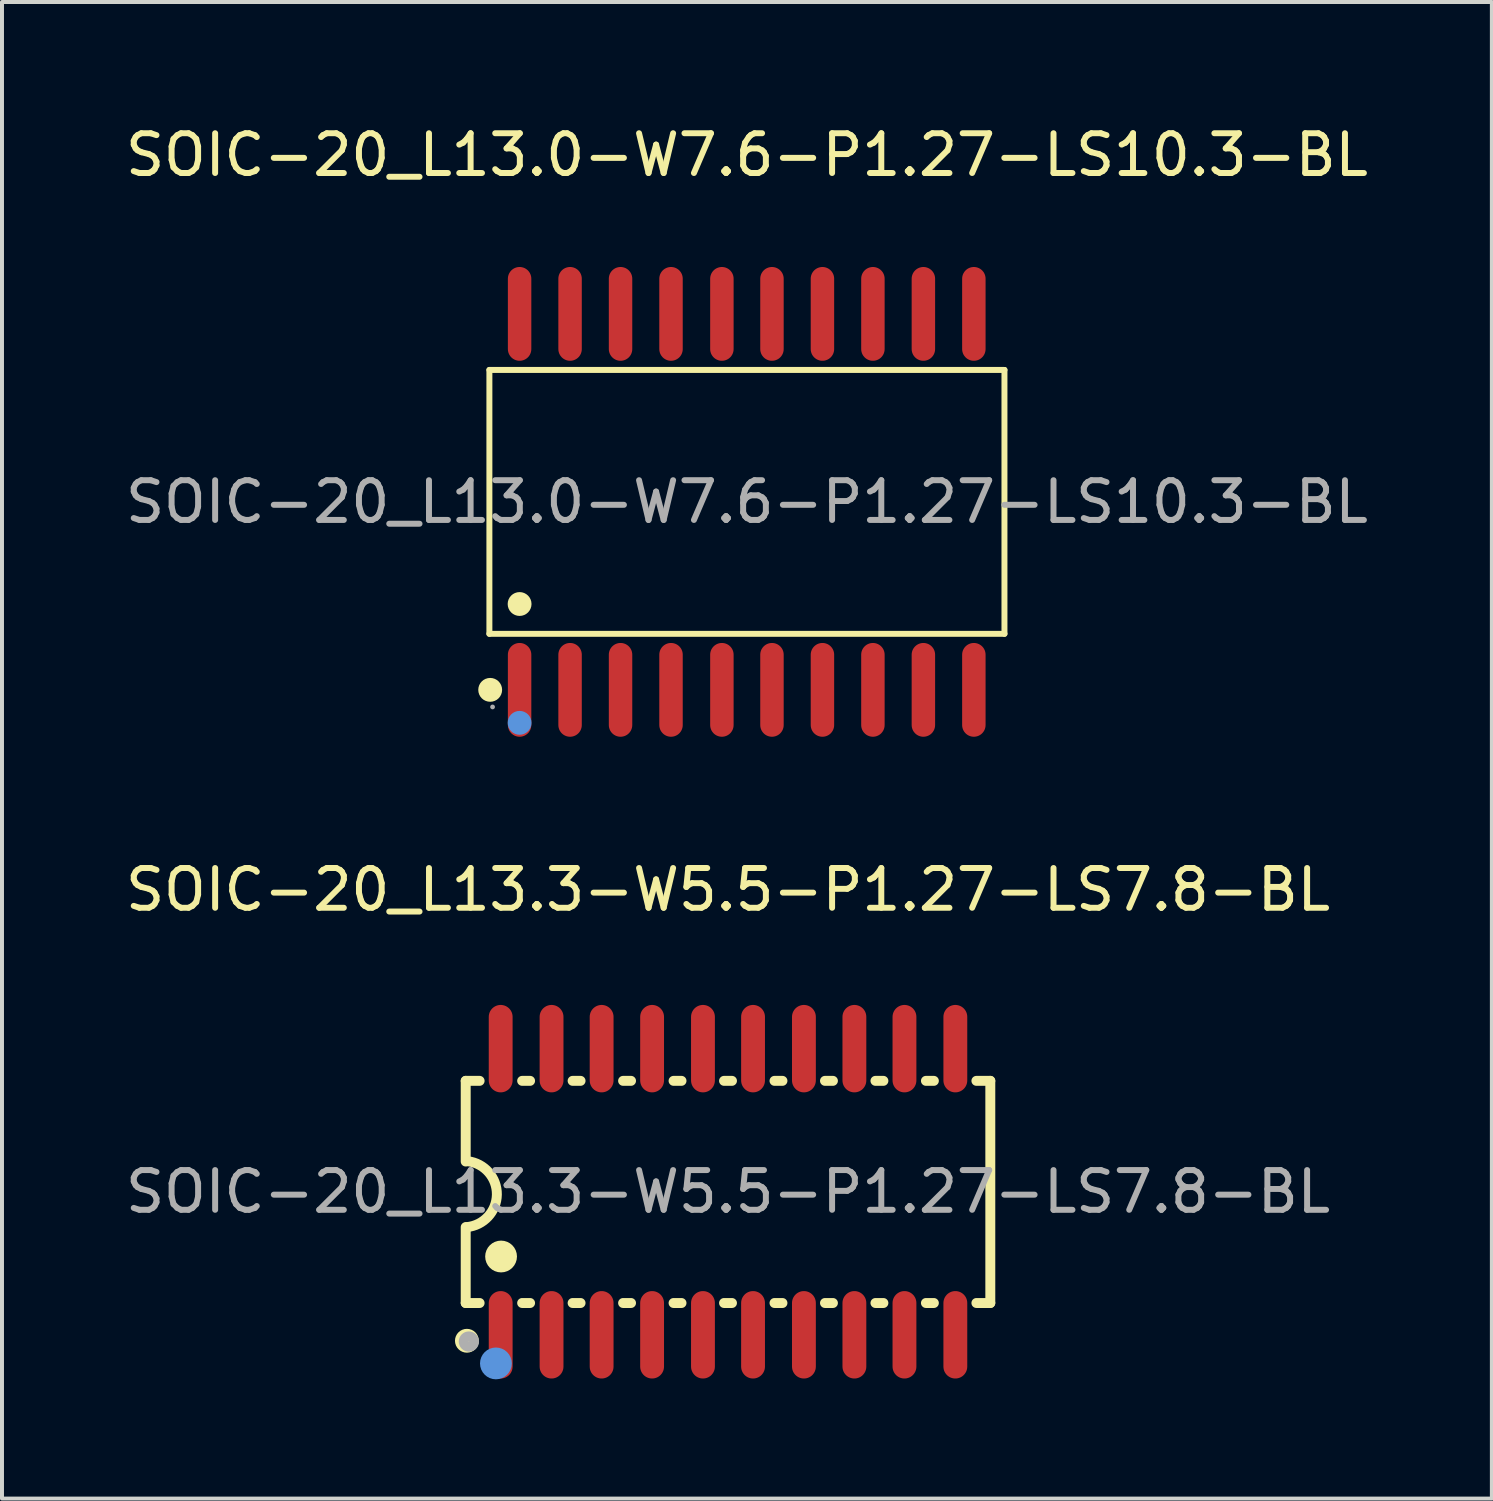
<source format=kicad_pcb>
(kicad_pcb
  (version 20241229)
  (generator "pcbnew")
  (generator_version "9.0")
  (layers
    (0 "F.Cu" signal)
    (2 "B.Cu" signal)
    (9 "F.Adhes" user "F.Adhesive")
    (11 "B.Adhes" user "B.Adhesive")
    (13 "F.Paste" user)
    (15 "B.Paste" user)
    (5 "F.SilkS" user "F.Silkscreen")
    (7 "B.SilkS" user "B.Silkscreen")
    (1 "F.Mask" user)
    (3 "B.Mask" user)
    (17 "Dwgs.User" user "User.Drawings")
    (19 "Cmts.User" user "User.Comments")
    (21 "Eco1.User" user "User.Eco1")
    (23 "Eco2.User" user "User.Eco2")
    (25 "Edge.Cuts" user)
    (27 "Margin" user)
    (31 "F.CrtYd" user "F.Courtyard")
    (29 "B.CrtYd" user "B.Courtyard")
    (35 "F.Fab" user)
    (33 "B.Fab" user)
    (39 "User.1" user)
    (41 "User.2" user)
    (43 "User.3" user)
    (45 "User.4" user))
  (footprint "SOIC-20_L13.3-W5.5-P1.27-LS7.8-BL"
    (layer "F.Cu")
    (at 15.268 26.936)
    (property "Reference" "SOIC-20_L13.3-W5.5-P1.27-LS7.8-BL" (at 0 -7.6 0) (layer "F.SilkS") (effects (font (size 1 1) (thickness 0.15))))
    (attr through_hole)
    (fp_line (start -6.6 -2.79) (end -6.25 -2.79) (stroke (width 0.25) (type solid)) (layer "F.SilkS"))
    (fp_line (start -6.6 -0.76) (end -6.6 -2.79) (stroke (width 0.25) (type solid)) (layer "F.SilkS"))
    (fp_line (start -6.6 2.8) (end -6.6 0.89) (stroke (width 0.25) (type solid)) (layer "F.SilkS"))
    (fp_line (start -6.25 2.8) (end -6.6 2.8) (stroke (width 0.25) (type solid)) (layer "F.SilkS"))
    (fp_line (start -5.18 -2.79) (end -4.98 -2.79) (stroke (width 0.25) (type solid)) (layer "F.SilkS"))
    (fp_line (start -4.98 2.8) (end -5.18 2.8) (stroke (width 0.25) (type solid)) (layer "F.SilkS"))
    (fp_line (start -3.91 -2.79) (end -3.71 -2.79) (stroke (width 0.25) (type solid)) (layer "F.SilkS"))
    (fp_line (start -3.71 2.8) (end -3.91 2.8) (stroke (width 0.25) (type solid)) (layer "F.SilkS"))
    (fp_line (start -2.64 -2.79) (end -2.44 -2.79) (stroke (width 0.25) (type solid)) (layer "F.SilkS"))
    (fp_line (start -2.44 2.8) (end -2.64 2.8) (stroke (width 0.25) (type solid)) (layer "F.SilkS"))
    (fp_line (start -1.37 -2.79) (end -1.17 -2.79) (stroke (width 0.25) (type solid)) (layer "F.SilkS"))
    (fp_line (start -1.17 2.8) (end -1.37 2.8) (stroke (width 0.25) (type solid)) (layer "F.SilkS"))
    (fp_line (start -0.1 -2.79) (end 0.1 -2.79) (stroke (width 0.25) (type solid)) (layer "F.SilkS"))
    (fp_line (start 0.1 2.8) (end -0.1 2.8) (stroke (width 0.25) (type solid)) (layer "F.SilkS"))
    (fp_line (start 1.17 -2.79) (end 1.37 -2.79) (stroke (width 0.25) (type solid)) (layer "F.SilkS"))
    (fp_line (start 1.37 2.8) (end 1.17 2.8) (stroke (width 0.25) (type solid)) (layer "F.SilkS"))
    (fp_line (start 2.44 -2.79) (end 2.64 -2.79) (stroke (width 0.25) (type solid)) (layer "F.SilkS"))
    (fp_line (start 2.64 2.8) (end 2.44 2.8) (stroke (width 0.25) (type solid)) (layer "F.SilkS"))
    (fp_line (start 3.71 -2.79) (end 3.91 -2.79) (stroke (width 0.25) (type solid)) (layer "F.SilkS"))
    (fp_line (start 3.91 2.8) (end 3.71 2.8) (stroke (width 0.25) (type solid)) (layer "F.SilkS"))
    (fp_line (start 4.98 -2.79) (end 5.18 -2.79) (stroke (width 0.25) (type solid)) (layer "F.SilkS"))
    (fp_line (start 5.18 2.8) (end 4.98 2.8) (stroke (width 0.25) (type solid)) (layer "F.SilkS"))
    (fp_line (start 6.25 -2.79) (end 6.6 -2.79) (stroke (width 0.25) (type solid)) (layer "F.SilkS"))
    (fp_line (start 6.6 -2.79) (end 6.6 2.8) (stroke (width 0.25) (type solid)) (layer "F.SilkS"))
    (fp_line (start 6.6 2.8) (end 6.25 2.8) (stroke (width 0.25) (type solid)) (layer "F.SilkS"))
    (fp_arc (start -6.57 3.75) (mid -6.57 3.75) (end -6.57 3.75) (stroke (width 0.3) (type solid)) (layer "F.SilkS"))
    (fp_arc (start -6.548314 -0.767623) (mid -5.816225 0.070908) (end -6.57 0.89) (stroke (width 0.25) (type solid)) (layer "F.SilkS"))
    (fp_arc (start -5.71 1.63) (mid -5.71 1.63) (end -5.71 1.63) (stroke (width 0.4) (type solid)) (layer "F.SilkS"))
    (fp_circle (center -5.84 4.32) (end -5.64 4.32) (stroke (width 0.4) (type solid)) (fill no) (layer "Cmts.User"))
    (fp_circle (center -6.52 3.77) (end -6.39 3.77) (stroke (width 0.25) (type solid)) (fill no) (layer "F.Fab"))
    (fp_text user "${REFERENCE}" (at 0 0 0) (layer "F.Fab") (effects (font (size 1 1) (thickness 0.15))))
    (pad "1" smd oval (at -5.72 3.6) (size 0.6 2.2) (layers "F.Cu" "F.Mask" "F.Paste"))
    (pad "2" smd oval (at -4.44 3.6) (size 0.6 2.2) (layers "F.Cu" "F.Mask" "F.Paste"))
    (pad "3" smd oval (at -3.18 3.6) (size 0.6 2.2) (layers "F.Cu" "F.Mask" "F.Paste"))
    (pad "4" smd oval (at -1.91 3.6) (size 0.6 2.2) (layers "F.Cu" "F.Mask" "F.Paste"))
    (pad "5" smd oval (at -0.63 3.6) (size 0.6 2.2) (layers "F.Cu" "F.Mask" "F.Paste"))
    (pad "6" smd oval (at 0.63 3.6) (size 0.6 2.2) (layers "F.Cu" "F.Mask" "F.Paste"))
    (pad "7" smd oval (at 1.91 3.6) (size 0.6 2.2) (layers "F.Cu" "F.Mask" "F.Paste"))
    (pad "8" smd oval (at 3.18 3.6) (size 0.6 2.2) (layers "F.Cu" "F.Mask" "F.Paste"))
    (pad "9" smd oval (at 4.44 3.6) (size 0.6 2.2) (layers "F.Cu" "F.Mask" "F.Paste"))
    (pad "10" smd oval (at 5.72 3.6) (size 0.6 2.2) (layers "F.Cu" "F.Mask" "F.Paste"))
    (pad "11" smd oval (at 5.72 -3.6 180) (size 0.6 2.2) (layers "F.Cu" "F.Mask" "F.Paste"))
    (pad "12" smd oval (at 4.44 -3.6 180) (size 0.6 2.2) (layers "F.Cu" "F.Mask" "F.Paste"))
    (pad "13" smd oval (at 3.18 -3.6 180) (size 0.6 2.2) (layers "F.Cu" "F.Mask" "F.Paste"))
    (pad "14" smd oval (at 1.91 -3.6 180) (size 0.6 2.2) (layers "F.Cu" "F.Mask" "F.Paste"))
    (pad "15" smd oval (at 0.63 -3.6 180) (size 0.6 2.2) (layers "F.Cu" "F.Mask" "F.Paste"))
    (pad "16" smd oval (at -0.63 -3.6 180) (size 0.6 2.2) (layers "F.Cu" "F.Mask" "F.Paste"))
    (pad "17" smd oval (at -1.91 -3.6 180) (size 0.6 2.2) (layers "F.Cu" "F.Mask" "F.Paste"))
    (pad "18" smd oval (at -3.18 -3.6 180) (size 0.6 2.2) (layers "F.Cu" "F.Mask" "F.Paste"))
    (pad "19" smd oval (at -4.44 -3.6 180) (size 0.6 2.2) (layers "F.Cu" "F.Mask" "F.Paste"))
    (pad "20" smd oval (at -5.72 -3.6 180) (size 0.6 2.2) (layers "F.Cu" "F.Mask" "F.Paste")))
  (footprint "SOIC-20_L13.0-W7.6-P1.27-LS10.3-BL"
    (layer "F.Cu")
    (at 15.744 9.578)
    (property "Reference" "SOIC-20_L13.0-W7.6-P1.27-LS10.3-BL" (at 0 -8.73 0) (layer "F.SilkS") (effects (font (size 1 1) (thickness 0.15))))
    (attr through_hole)
    (fp_line (start -6.48 -3.32) (end 6.48 -3.32) (stroke (width 0.15) (type solid)) (layer "F.SilkS"))
    (fp_line (start -6.48 3.32) (end -6.48 -3.32) (stroke (width 0.15) (type solid)) (layer "F.SilkS"))
    (fp_line (start 6.48 -3.32) (end 6.48 3.32) (stroke (width 0.15) (type solid)) (layer "F.SilkS"))
    (fp_line (start 6.48 3.32) (end -6.48 3.32) (stroke (width 0.15) (type solid)) (layer "F.SilkS"))
    (fp_circle (center -6.46 4.73) (end -6.31 4.73) (stroke (width 0.3) (type solid)) (fill no) (layer "F.SilkS"))
    (fp_circle (center -5.72 2.57) (end -5.57 2.57) (stroke (width 0.3) (type solid)) (fill no) (layer "F.SilkS"))
    (fp_circle (center -5.72 5.56) (end -5.57 5.56) (stroke (width 0.3) (type solid)) (fill no) (layer "Cmts.User"))
    (fp_circle (center -6.4 5.16) (end -6.37 5.16) (stroke (width 0.06) (type solid)) (fill no) (layer "F.Fab"))
    (fp_text user "${REFERENCE}" (at 0 0 0) (layer "F.Fab") (effects (font (size 1 1) (thickness 0.15))))
    (pad "1" smd oval (at -5.72 4.73) (size 0.59 2.36) (layers "F.Cu" "F.Mask" "F.Paste"))
    (pad "2" smd oval (at -4.45 4.73) (size 0.59 2.36) (layers "F.Cu" "F.Mask" "F.Paste"))
    (pad "3" smd oval (at -3.18 4.73) (size 0.59 2.36) (layers "F.Cu" "F.Mask" "F.Paste"))
    (pad "4" smd oval (at -1.91 4.73) (size 0.59 2.36) (layers "F.Cu" "F.Mask" "F.Paste"))
    (pad "5" smd oval (at -0.63 4.73) (size 0.59 2.36) (layers "F.Cu" "F.Mask" "F.Paste"))
    (pad "6" smd oval (at 0.63 4.73) (size 0.59 2.36) (layers "F.Cu" "F.Mask" "F.Paste"))
    (pad "7" smd oval (at 1.9 4.73) (size 0.59 2.36) (layers "F.Cu" "F.Mask" "F.Paste"))
    (pad "8" smd oval (at 3.17 4.73) (size 0.59 2.36) (layers "F.Cu" "F.Mask" "F.Paste"))
    (pad "9" smd oval (at 4.44 4.73) (size 0.59 2.36) (layers "F.Cu" "F.Mask" "F.Paste"))
    (pad "10" smd oval (at 5.71 4.73) (size 0.59 2.36) (layers "F.Cu" "F.Mask" "F.Paste"))
    (pad "11" smd oval (at 5.71 -4.73) (size 0.59 2.36) (layers "F.Cu" "F.Mask" "F.Paste"))
    (pad "12" smd oval (at 4.44 -4.73) (size 0.59 2.36) (layers "F.Cu" "F.Mask" "F.Paste"))
    (pad "13" smd oval (at 3.17 -4.73) (size 0.59 2.36) (layers "F.Cu" "F.Mask" "F.Paste"))
    (pad "14" smd oval (at 1.9 -4.73) (size 0.59 2.36) (layers "F.Cu" "F.Mask" "F.Paste"))
    (pad "15" smd oval (at 0.63 -4.73) (size 0.59 2.36) (layers "F.Cu" "F.Mask" "F.Paste"))
    (pad "16" smd oval (at -0.63 -4.73) (size 0.59 2.36) (layers "F.Cu" "F.Mask" "F.Paste"))
    (pad "17" smd oval (at -1.91 -4.73) (size 0.59 2.36) (layers "F.Cu" "F.Mask" "F.Paste"))
    (pad "18" smd oval (at -3.18 -4.73) (size 0.59 2.36) (layers "F.Cu" "F.Mask" "F.Paste"))
    (pad "19" smd oval (at -4.45 -4.73) (size 0.59 2.36) (layers "F.Cu" "F.Mask" "F.Paste"))
    (pad "20" smd oval (at -5.72 -4.73) (size 0.59 2.36) (layers "F.Cu" "F.Mask" "F.Paste")))
  (gr_rect
    (start -3 -3)
    (end 34.488 34.657)
    (stroke (width 0.1) (type default))
    (fill no)
    (layer "Edge.Cuts")))
</source>
